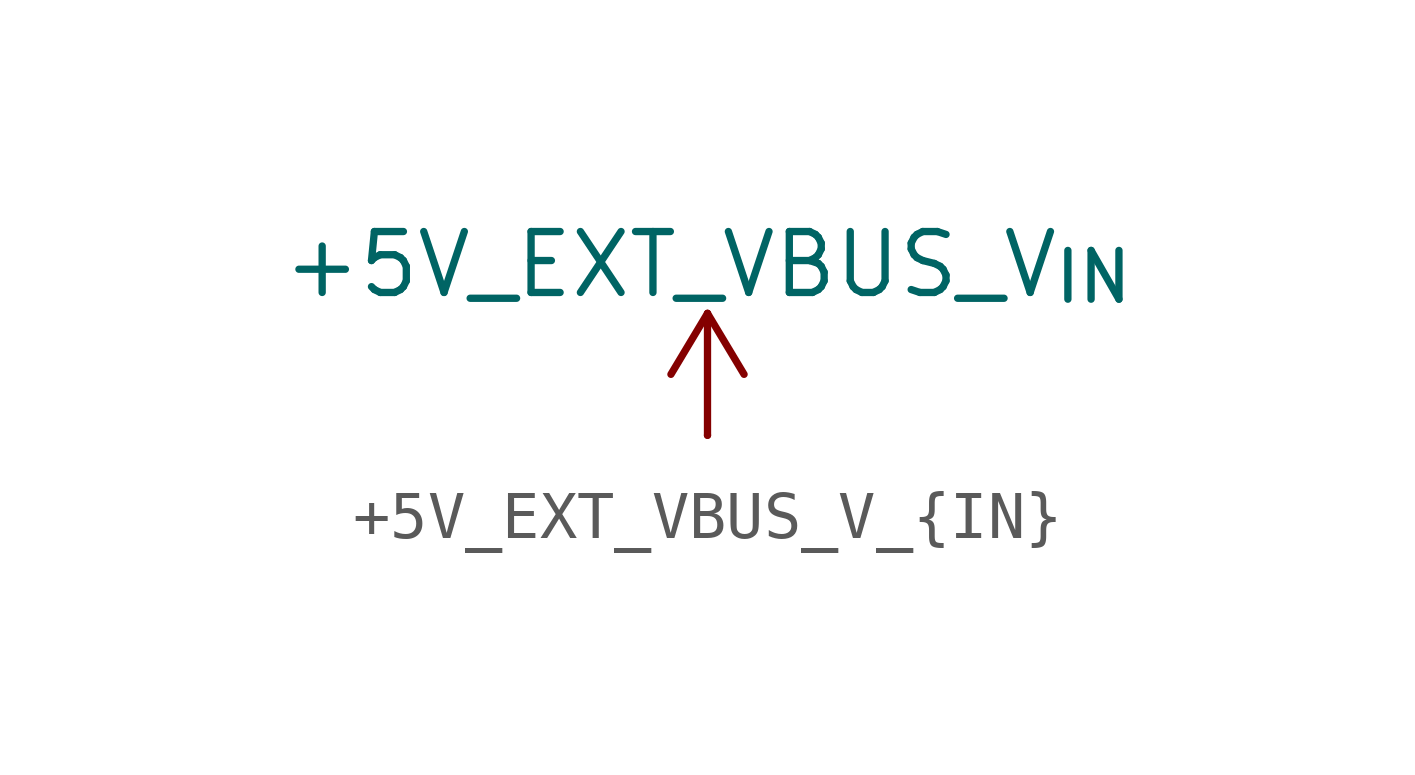
<source format=kicad_sym>
(kicad_symbol_lib
  (version 20231120)
  (generator "kicad_symbol_editor")
  (generator_version "8.0")
  (symbol "+5V_EXT_VBUS_V_{IN}"
    (power)
    (pin_numbers hide)
    (pin_names
      (offset 0) hide)
    (property "Reference" "#PWR"
      (at 0 -3.81 0)
      (effects (font (size 1.27 1.27)) (hide yes)))
    (property "Value" "+5V_EXT_VBUS_V_{IN}"
      (at 0 3.556 0)
      (effects (font (size 1.27 1.27))))
    (symbol "+5V_EXT_VBUS_V_{IN}_0_1"
      (polyline (pts (xy -0.762 1.27) (xy 0 2.54)) (stroke (width 0) (type default)) (fill (type none)))
      (polyline (pts (xy 0 0) (xy 0 2.54)) (stroke (width 0) (type default)) (fill (type none)))
      (polyline (pts (xy 0 2.54) (xy 0.762 1.27)) (stroke (width 0) (type default)) (fill (type none))))
    (symbol "+5V_EXT_VBUS_V_{IN}_1_1"
      (pin power_in line (at 0 0 90) (length 0) (name "~" (effects (font (size 1.27 1.27)))) (number "1" (effects (font (size 1.27 1.27))))))))
</source>
